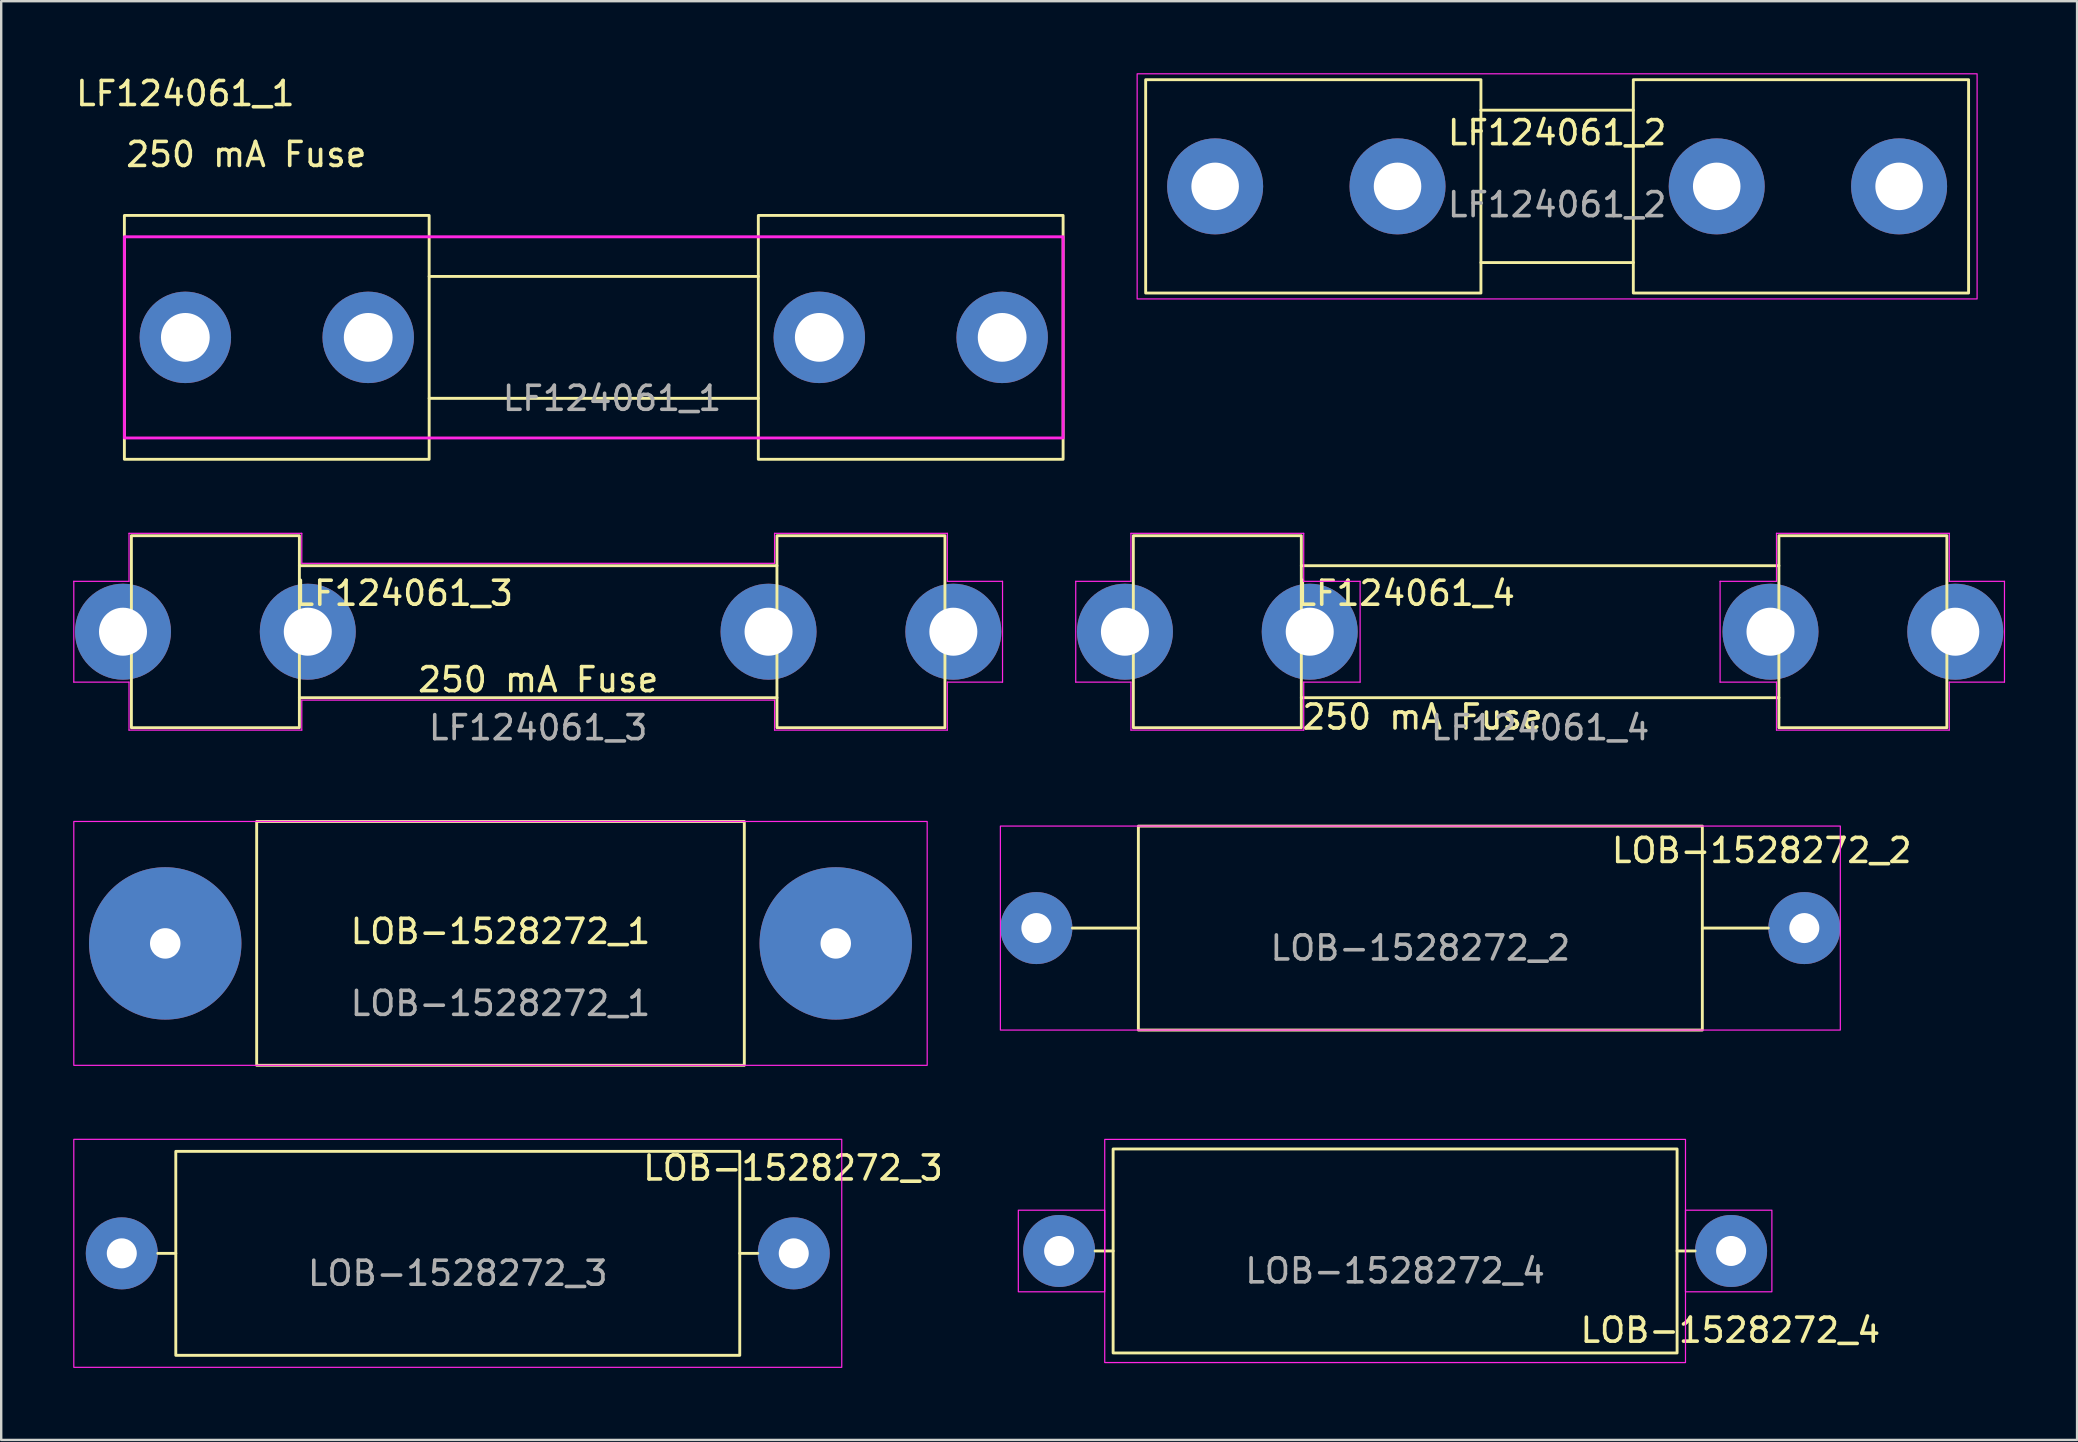
<source format=kicad_pcb>
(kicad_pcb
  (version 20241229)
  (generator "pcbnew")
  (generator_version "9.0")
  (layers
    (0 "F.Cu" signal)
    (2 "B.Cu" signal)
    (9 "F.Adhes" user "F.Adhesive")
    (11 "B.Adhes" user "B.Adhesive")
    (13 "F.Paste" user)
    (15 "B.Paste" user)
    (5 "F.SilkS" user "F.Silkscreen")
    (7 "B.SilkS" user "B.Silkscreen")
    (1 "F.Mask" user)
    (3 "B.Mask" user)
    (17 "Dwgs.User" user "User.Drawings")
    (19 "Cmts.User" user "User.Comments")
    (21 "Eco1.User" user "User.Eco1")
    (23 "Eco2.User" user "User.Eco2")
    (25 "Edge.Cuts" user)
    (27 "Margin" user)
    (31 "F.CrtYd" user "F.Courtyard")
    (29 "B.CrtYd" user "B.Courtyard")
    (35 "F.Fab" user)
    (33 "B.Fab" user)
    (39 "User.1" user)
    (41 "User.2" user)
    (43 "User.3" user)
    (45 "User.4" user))
  (footprint "LF124061_2"
    (layer "F.Cu")
    (at 61.834 4.716)
    (property "Reference" "LF124061_2" (at 0 -2.238 0) (unlocked yes) (layer "F.SilkS") (effects (font (size 1 1) (thickness 0.15))))
    (attr through_hole)
    (fp_line (start -3.175 -3.175) (end 3.175 -3.175) (stroke (width 0.12) (type default)) (layer "F.SilkS"))
    (fp_line (start 3.175 3.175) (end -3.175 3.175) (stroke (width 0.12) (type default)) (layer "F.SilkS"))
    (fp_rect (start -17.145 -4.445) (end -3.175 4.445) (stroke (width 0.12) (type default)) (fill no) (layer "F.SilkS"))
    (fp_rect (start 3.175 -4.445) (end 17.145 4.445) (stroke (width 0.12) (type default)) (fill no) (layer "F.SilkS"))
    (fp_rect (start -17.5 -4.691) (end 17.5 4.691) (stroke (width 0.05) (type default)) (fill no) (layer "F.CrtYd"))
    (fp_text user "${REFERENCE}" (at 0 0.762 0) (unlocked yes) (layer "F.Fab") (effects (font (size 1 1) (thickness 0.15))))
    (pad "1" thru_hole circle (at -14.25 0) (size 4 4) (drill 1.98) (layers "*.Cu" "*.Mask"))
    (pad "2" thru_hole circle (at -6.65 0) (size 4 4) (drill 1.98) (layers "*.Cu" "*.Mask"))
    (pad "3" thru_hole circle (at 6.65 0) (size 4 4) (drill 1.98) (layers "*.Cu" "*.Mask"))
    (pad "4" thru_hole circle (at 14.25 0) (size 4 4) (drill 1.98) (layers "*.Cu" "*.Mask")))
  (footprint "LF124061_3"
    (layer "F.Cu")
    (at 9.775 23.273)
    (property "Reference" "LF124061_3" (at 4 -1.6 0) (unlocked yes) (layer "F.SilkS") (effects (font (size 1 1) (thickness 0.15))))
    (attr through_hole)
    (fp_line (start -7.95 -0.75) (end -7.95 0.75) (stroke (width 0.12) (type default)) (layer "F.SilkS"))
    (fp_line (start -7.95 0.75) (end -7.35 0.75) (stroke (width 0.12) (type default)) (layer "F.SilkS"))
    (fp_line (start -7.35 -0.75) (end -7.95 -0.75) (stroke (width 0.12) (type default)) (layer "F.SilkS"))
    (fp_line (start -0.35 -2.75) (end 19.55 -2.75) (stroke (width 0.12) (type default)) (layer "F.SilkS"))
    (fp_line (start -0.35 0.75) (end 0.25 0.75) (stroke (width 0.12) (type default)) (layer "F.SilkS"))
    (fp_line (start -0.35 2.75) (end 19.55 2.75) (stroke (width 0.12) (type default)) (layer "F.SilkS"))
    (fp_line (start 0.25 -0.75) (end -0.35 -0.75) (stroke (width 0.12) (type default)) (layer "F.SilkS"))
    (fp_line (start 0.25 0.75) (end 0.25 -0.75) (stroke (width 0.12) (type default)) (layer "F.SilkS"))
    (fp_line (start 18.95 -0.75) (end 18.95 0.75) (stroke (width 0.12) (type default)) (layer "F.SilkS"))
    (fp_line (start 18.95 0.75) (end 19.55 0.75) (stroke (width 0.12) (type default)) (layer "F.SilkS"))
    (fp_line (start 19.55 -0.75) (end 18.95 -0.75) (stroke (width 0.12) (type default)) (layer "F.SilkS"))
    (fp_line (start 26.55 0.75) (end 27.15 0.75) (stroke (width 0.12) (type default)) (layer "F.SilkS"))
    (fp_line (start 27.15 -0.75) (end 26.55 -0.75) (stroke (width 0.12) (type default)) (layer "F.SilkS"))
    (fp_line (start 27.15 0.75) (end 27.15 -0.75) (stroke (width 0.12) (type default)) (layer "F.SilkS"))
    (fp_rect (start -7.35 -4) (end -0.35 4) (stroke (width 0.12) (type default)) (fill no) (layer "F.SilkS"))
    (fp_rect (start 19.55 -4) (end 26.55 4) (stroke (width 0.12) (type default)) (fill no) (layer "F.SilkS"))
    (fp_line (start -9.75 -2.1) (end -7.45 -2.1) (stroke (width 0.05) (type default)) (layer "F.CrtYd"))
    (fp_line (start -9.75 2.1) (end -9.75 -2.1) (stroke (width 0.05) (type default)) (layer "F.CrtYd"))
    (fp_line (start -7.45 -4.1) (end -0.25 -4.1) (stroke (width 0.05) (type default)) (layer "F.CrtYd"))
    (fp_line (start -7.45 -2.1) (end -7.45 -4.1) (stroke (width 0.05) (type default)) (layer "F.CrtYd"))
    (fp_line (start -7.45 2.1) (end -9.75 2.1) (stroke (width 0.05) (type default)) (layer "F.CrtYd"))
    (fp_line (start -7.45 4.1) (end -7.45 2.1) (stroke (width 0.05) (type default)) (layer "F.CrtYd"))
    (fp_line (start -0.25 -4.1) (end -0.25 -2.85) (stroke (width 0.05) (type default)) (layer "F.CrtYd"))
    (fp_line (start -0.25 -2.85) (end 19.45 -2.85) (stroke (width 0.05) (type default)) (layer "F.CrtYd"))
    (fp_line (start -0.25 2.85) (end -0.25 4.1) (stroke (width 0.05) (type default)) (layer "F.CrtYd"))
    (fp_line (start -0.25 4.1) (end -7.45 4.1) (stroke (width 0.05) (type default)) (layer "F.CrtYd"))
    (fp_line (start 19.45 -4.1) (end 26.65 -4.1) (stroke (width 0.05) (type default)) (layer "F.CrtYd"))
    (fp_line (start 19.45 -2.85) (end 19.45 -4.1) (stroke (width 0.05) (type default)) (layer "F.CrtYd"))
    (fp_line (start 19.45 2.85) (end -0.25 2.85) (stroke (width 0.05) (type default)) (layer "F.CrtYd"))
    (fp_line (start 19.45 4.1) (end 19.45 2.85) (stroke (width 0.05) (type default)) (layer "F.CrtYd"))
    (fp_line (start 26.65 -4.1) (end 26.65 -2.1) (stroke (width 0.05) (type default)) (layer "F.CrtYd"))
    (fp_line (start 26.65 -2.1) (end 28.95 -2.1) (stroke (width 0.05) (type default)) (layer "F.CrtYd"))
    (fp_line (start 26.65 2.1) (end 26.65 4.1) (stroke (width 0.05) (type default)) (layer "F.CrtYd"))
    (fp_line (start 26.65 4.1) (end 19.45 4.1) (stroke (width 0.05) (type default)) (layer "F.CrtYd"))
    (fp_line (start 28.95 -2.1) (end 28.95 2.1) (stroke (width 0.05) (type default)) (layer "F.CrtYd"))
    (fp_line (start 28.95 2.1) (end 26.65 2.1) (stroke (width 0.05) (type default)) (layer "F.CrtYd"))
    (fp_text user "250 mA Fuse" (at 9.6 2 0) (unlocked yes) (layer "F.SilkS") (effects (font (size 1 1) (thickness 0.15))))
    (fp_text user "${REFERENCE}" (at 9.6 4 0) (unlocked yes) (layer "F.Fab") (effects (font (size 1 1) (thickness 0.15))))
    (pad "1" thru_hole circle (at -7.7 0) (size 4 4) (drill 2) (layers "*.Cu" "*.Mask"))
    (pad "2" thru_hole circle (at 0 0) (size 4 4) (drill 2) (layers "*.Cu" "*.Mask"))
    (pad "3" thru_hole circle (at 19.2 0) (size 4 4) (drill 2) (layers "*.Cu" "*.Mask"))
    (pad "4" thru_hole circle (at 26.9 0) (size 4 4) (drill 2) (layers "*.Cu" "*.Mask")))
  (footprint "LOB-1528272_4"
    (layer "F.Cu")
    (at 55.083 49.077)
    (property "Reference" "LOB-1528272_4" (at 13.97 3.302 0) (unlocked yes) (layer "F.SilkS") (effects (font (size 1 1) (thickness 0.15))))
    (attr smd)
    (fp_line (start -11.75 0) (end -12.5 0) (stroke (width 0.12) (type default)) (layer "F.SilkS"))
    (fp_line (start 11.75 0) (end 12.5 0) (stroke (width 0.12) (type default)) (layer "F.SilkS"))
    (fp_rect (start -11.75 -4.25) (end 11.75 4.25) (stroke (width 0.12) (type default)) (fill no) (layer "F.SilkS"))
    (fp_rect (start -15.7 -1.7) (end -12.1 1.7) (stroke (width 0.05) (type default)) (fill no) (layer "F.CrtYd"))
    (fp_rect (start -12.1 -4.65) (end 12.1 4.65) (stroke (width 0.05) (type default)) (fill no) (layer "F.CrtYd"))
    (fp_rect (start 12.1 -1.7) (end 15.7 1.7) (stroke (width 0.05) (type default)) (fill no) (layer "F.CrtYd"))
    (fp_text user "${REFERENCE}" (at 0 0.83 0) (unlocked yes) (layer "F.Fab") (effects (font (size 1 1) (thickness 0.15))))
    (pad "1" thru_hole circle (at -14 0) (size 3 3) (drill 1.25) (layers "*.Cu" "*.Mask"))
    (pad "2" thru_hole circle (at 14 0) (size 3 3) (drill 1.25) (layers "*.Cu" "*.Mask")))
  (footprint "LF124061_1"
    (layer "F.Cu")
    (at 22.453 11.008)
    (property "Reference" "LF124061_1" (at -17.78 -10.16 0) (unlocked yes) (layer "F.SilkS") (effects (font (size 1 1) (thickness 0.15))))
    (attr through_hole)
    (fp_line (start -7.62 -2.54) (end 6.096 -2.54) (stroke (width 0.12) (type solid)) (layer "F.SilkS"))
    (fp_line (start -7.62 2.54) (end 6.096 2.54) (stroke (width 0.12) (type solid)) (layer "F.SilkS"))
    (fp_rect (start -20.32 -5.08) (end -7.62 5.08) (stroke (width 0.12) (type solid)) (fill no) (layer "F.SilkS"))
    (fp_rect (start 6.096 -5.08) (end 18.796 5.08) (stroke (width 0.12) (type solid)) (fill no) (layer "F.SilkS"))
    (fp_rect (start -20.32 -4.191) (end 18.796 4.191) (stroke (width 0.12) (type solid)) (fill no) (layer "F.CrtYd"))
    (fp_text user "250 mA Fuse" (at -15.24 -7.62 0) (unlocked yes) (layer "F.SilkS") (effects (font (size 1 1) (thickness 0.15))))
    (fp_text user "${REFERENCE}" (at 0 2.54 0) (unlocked yes) (layer "F.Fab") (effects (font (size 1 1) (thickness 0.15))))
    (pad "1" thru_hole circle (at -17.78 0) (size 3.81 3.81) (drill 2.032) (layers "*.Cu" "*.Mask"))
    (pad "2" thru_hole circle (at -10.16 0) (size 3.81 3.81) (drill 2.032) (layers "*.Cu" "*.Mask"))
    (pad "3" thru_hole circle (at 8.636 0) (size 3.81 3.81) (drill 2.032) (layers "*.Cu" "*.Mask"))
    (pad "4" thru_hole circle (at 16.256 0) (size 3.81 3.81) (drill 2.032) (layers "*.Cu" "*.Mask")))
  (footprint "LF124061_4"
    (layer "F.Cu")
    (at 51.525 23.273)
    (property "Reference" "LF124061_4" (at 4 -1.6 0) (unlocked yes) (layer "F.SilkS") (effects (font (size 1 1) (thickness 0.15))))
    (attr through_hole)
    (fp_line (start -7.95 -0.75) (end -7.95 0.75) (stroke (width 0.12) (type default)) (layer "F.SilkS"))
    (fp_line (start -7.95 0.75) (end -7.35 0.75) (stroke (width 0.12) (type default)) (layer "F.SilkS"))
    (fp_line (start -7.35 -0.75) (end -7.95 -0.75) (stroke (width 0.12) (type default)) (layer "F.SilkS"))
    (fp_line (start -0.35 -2.75) (end 19.55 -2.75) (stroke (width 0.12) (type default)) (layer "F.SilkS"))
    (fp_line (start -0.35 0.75) (end 0.25 0.75) (stroke (width 0.12) (type default)) (layer "F.SilkS"))
    (fp_line (start -0.35 2.75) (end 19.55 2.75) (stroke (width 0.12) (type default)) (layer "F.SilkS"))
    (fp_line (start 0.25 -0.75) (end -0.35 -0.75) (stroke (width 0.12) (type default)) (layer "F.SilkS"))
    (fp_line (start 0.25 0.75) (end 0.25 -0.75) (stroke (width 0.12) (type default)) (layer "F.SilkS"))
    (fp_line (start 18.95 -0.75) (end 18.95 0.75) (stroke (width 0.12) (type default)) (layer "F.SilkS"))
    (fp_line (start 18.95 0.75) (end 19.55 0.75) (stroke (width 0.12) (type default)) (layer "F.SilkS"))
    (fp_line (start 19.55 -0.75) (end 18.95 -0.75) (stroke (width 0.12) (type default)) (layer "F.SilkS"))
    (fp_line (start 26.55 0.75) (end 27.15 0.75) (stroke (width 0.12) (type default)) (layer "F.SilkS"))
    (fp_line (start 27.15 -0.75) (end 26.55 -0.75) (stroke (width 0.12) (type default)) (layer "F.SilkS"))
    (fp_line (start 27.15 0.75) (end 27.15 -0.75) (stroke (width 0.12) (type default)) (layer "F.SilkS"))
    (fp_rect (start -7.35 -4) (end -0.35 4) (stroke (width 0.12) (type default)) (fill no) (layer "F.SilkS"))
    (fp_rect (start 19.55 -4) (end 26.55 4) (stroke (width 0.12) (type default)) (fill no) (layer "F.SilkS"))
    (fp_line (start -9.75 -2.1) (end -7.45 -2.1) (stroke (width 0.05) (type default)) (layer "F.CrtYd"))
    (fp_line (start -9.75 2.1) (end -9.75 -2.1) (stroke (width 0.05) (type default)) (layer "F.CrtYd"))
    (fp_line (start -7.45 -4.1) (end -0.25 -4.1) (stroke (width 0.05) (type default)) (layer "F.CrtYd"))
    (fp_line (start -7.45 -2.1) (end -7.45 -4.1) (stroke (width 0.05) (type default)) (layer "F.CrtYd"))
    (fp_line (start -7.45 2.1) (end -9.75 2.1) (stroke (width 0.05) (type default)) (layer "F.CrtYd"))
    (fp_line (start -7.45 4.1) (end -7.45 2.1) (stroke (width 0.05) (type default)) (layer "F.CrtYd"))
    (fp_line (start -0.25 -4.1) (end -0.25 -2.1) (stroke (width 0.05) (type default)) (layer "F.CrtYd"))
    (fp_line (start -0.25 -2.1) (end 2.1 -2.1) (stroke (width 0.05) (type default)) (layer "F.CrtYd"))
    (fp_line (start -0.25 2.1) (end -0.25 4.1) (stroke (width 0.05) (type default)) (layer "F.CrtYd"))
    (fp_line (start -0.25 4.1) (end -7.45 4.1) (stroke (width 0.05) (type default)) (layer "F.CrtYd"))
    (fp_line (start 2.1 -2.1) (end 2.1 2.1) (stroke (width 0.05) (type default)) (layer "F.CrtYd"))
    (fp_line (start 2.1 2.1) (end -0.25 2.1) (stroke (width 0.05) (type default)) (layer "F.CrtYd"))
    (fp_line (start 17.1 -2.1) (end 19.45 -2.1) (stroke (width 0.05) (type default)) (layer "F.CrtYd"))
    (fp_line (start 17.1 2.1) (end 17.1 -2.1) (stroke (width 0.05) (type default)) (layer "F.CrtYd"))
    (fp_line (start 19.45 -4.1) (end 26.65 -4.1) (stroke (width 0.05) (type default)) (layer "F.CrtYd"))
    (fp_line (start 19.45 -2.1) (end 19.45 -4.1) (stroke (width 0.05) (type default)) (layer "F.CrtYd"))
    (fp_line (start 19.45 2.1) (end 17.1 2.1) (stroke (width 0.05) (type default)) (layer "F.CrtYd"))
    (fp_line (start 19.45 4.1) (end 19.45 2.1) (stroke (width 0.05) (type default)) (layer "F.CrtYd"))
    (fp_line (start 26.65 -4.1) (end 26.65 -2.1) (stroke (width 0.05) (type default)) (layer "F.CrtYd"))
    (fp_line (start 26.65 -2.1) (end 28.95 -2.1) (stroke (width 0.05) (type default)) (layer "F.CrtYd"))
    (fp_line (start 26.65 2.1) (end 26.65 4.1) (stroke (width 0.05) (type default)) (layer "F.CrtYd"))
    (fp_line (start 26.65 4.1) (end 19.45 4.1) (stroke (width 0.05) (type default)) (layer "F.CrtYd"))
    (fp_line (start 28.95 -2.1) (end 28.95 2.1) (stroke (width 0.05) (type default)) (layer "F.CrtYd"))
    (fp_line (start 28.95 2.1) (end 26.65 2.1) (stroke (width 0.05) (type default)) (layer "F.CrtYd"))
    (fp_text user "250 mA Fuse" (at 4.699 3.556 0) (unlocked yes) (layer "F.SilkS") (effects (font (size 1 1) (thickness 0.15))))
    (fp_text user "${REFERENCE}" (at 9.6 4 0) (unlocked yes) (layer "F.Fab") (effects (font (size 1 1) (thickness 0.15))))
    (pad "1" thru_hole circle (at -7.7 0) (size 4 4) (drill 2) (layers "*.Cu" "*.Mask"))
    (pad "2" thru_hole circle (at 0 0) (size 4 4) (drill 2) (layers "*.Cu" "*.Mask"))
    (pad "3" thru_hole circle (at 19.2 0) (size 4 4) (drill 2) (layers "*.Cu" "*.Mask"))
    (pad "4" thru_hole circle (at 26.9 0) (size 4 4) (drill 2) (layers "*.Cu" "*.Mask")))
  (footprint "LOB-1528272_2"
    (layer "F.Cu")
    (at 66.295 31.372)
    (property "Reference" "LOB-1528272_2" (at 4.064 1.016 0) (unlocked yes) (layer "F.SilkS") (effects (font (size 1 1) (thickness 0.15))))
    (attr smd)
    (fp_line (start -21.91 4.25) (end -24.66 4.25) (stroke (width 0.12) (type default)) (layer "F.SilkS"))
    (fp_line (start 1.59 4.25) (end 4.34 4.25) (stroke (width 0.12) (type default)) (layer "F.SilkS"))
    (fp_rect (start -21.91 0) (end 1.59 8.5) (stroke (width 0.12) (type default)) (fill no) (layer "F.SilkS"))
    (fp_rect (start -27.66 0) (end 7.34 8.5) (stroke (width 0.05) (type default)) (fill no) (layer "F.CrtYd"))
    (fp_text user "${REFERENCE}" (at -10.16 5.08 0) (unlocked yes) (layer "F.Fab") (effects (font (size 1 1) (thickness 0.15))))
    (pad "1" thru_hole circle (at -26.16 4.25) (size 3 3) (drill 1.25) (layers "*.Cu" "*.Mask"))
    (pad "2" thru_hole circle (at 5.84 4.25) (size 3 3) (drill 1.25) (layers "*.Cu" "*.Mask")))
  (footprint "LOB-1528272_3"
    (layer "F.Cu")
    (at 16.025 49.176)
    (property "Reference" "LOB-1528272_3" (at 13.97 -3.556 0) (unlocked yes) (layer "F.SilkS") (effects (font (size 1 1) (thickness 0.15))))
    (attr smd)
    (fp_line (start -11.75 0) (end -12.5 0) (stroke (width 0.12) (type default)) (layer "F.SilkS"))
    (fp_line (start 11.75 0) (end 12.5 0) (stroke (width 0.12) (type default)) (layer "F.SilkS"))
    (fp_rect (start -11.75 -4.25) (end 11.75 4.25) (stroke (width 0.12) (type default)) (fill no) (layer "F.SilkS"))
    (fp_rect (start -16 -4.75) (end 16 4.75) (stroke (width 0.05) (type default)) (fill no) (layer "F.CrtYd"))
    (fp_text user "${REFERENCE}" (at 0 0.83 0) (unlocked yes) (layer "F.Fab") (effects (font (size 1 1) (thickness 0.15))))
    (pad "1" thru_hole circle (at -14 0) (size 3 3) (drill 1.25) (layers "*.Cu" "*.Mask"))
    (pad "2" thru_hole circle (at 14 0) (size 3 3) (drill 1.25) (layers "*.Cu" "*.Mask")))
  (footprint "LOB-1528272_1"
    (layer "F.Cu")
    (at 17.805 36.261)
    (property "Reference" "LOB-1528272_1" (at 0 -0.5 0) (unlocked yes) (layer "F.SilkS") (effects (font (size 1 1) (thickness 0.15))))
    (attr through_hole)
    (fp_rect (start -10.16 -5.08) (end 10.16 5.08) (stroke (width 0.12) (type solid)) (fill no) (layer "F.SilkS"))
    (fp_rect (start 17.78 -5.08) (end -17.78 5.08) (stroke (width 0.05) (type solid)) (fill no) (layer "F.CrtYd"))
    (fp_text user "${REFERENCE}" (at 0 2.5 0) (unlocked yes) (layer "F.Fab") (effects (font (size 1 1) (thickness 0.15))))
    (pad "1" thru_hole circle (at -13.97 0) (size 6.35 6.35) (drill 1.27) (layers "*.Cu" "*.Mask"))
    (pad "2" thru_hole circle (at 13.97 0) (size 6.35 6.35) (drill 1.27) (layers "*.Cu" "*.Mask")))
  (gr_rect
    (start -3 -3)
    (end 83.5 56.952)
    (stroke (width 0.1) (type default))
    (fill no)
    (layer "Edge.Cuts")))
</source>
